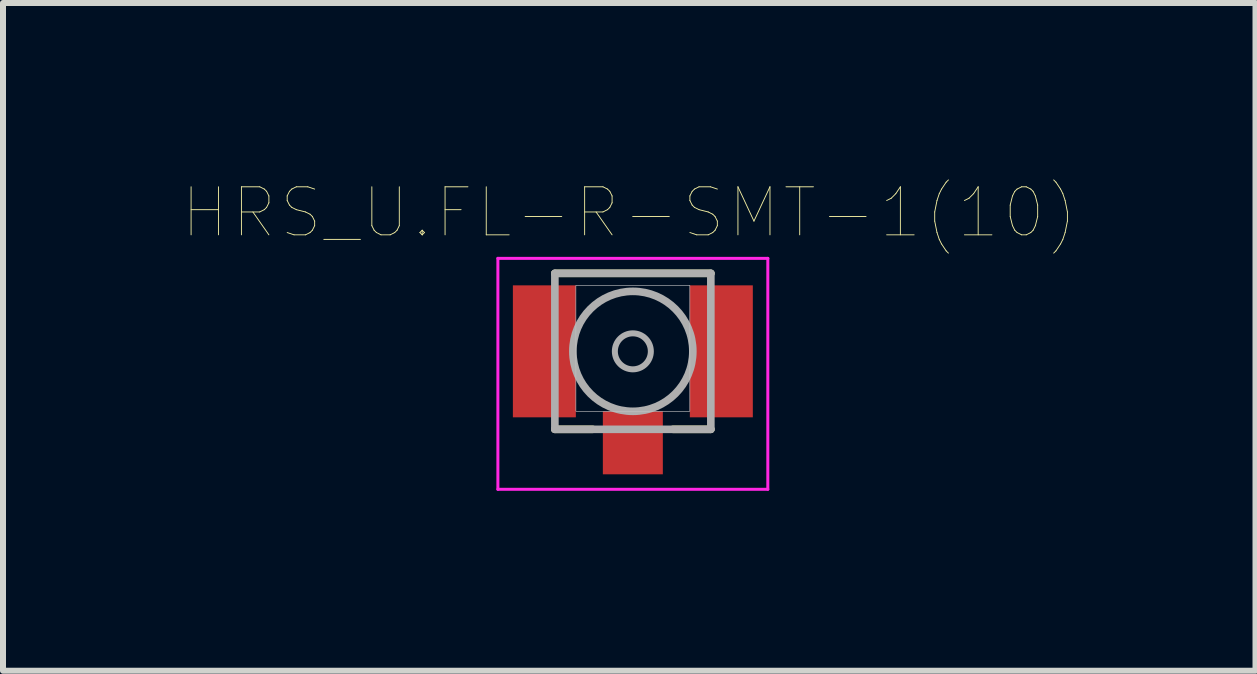
<source format=kicad_pcb>
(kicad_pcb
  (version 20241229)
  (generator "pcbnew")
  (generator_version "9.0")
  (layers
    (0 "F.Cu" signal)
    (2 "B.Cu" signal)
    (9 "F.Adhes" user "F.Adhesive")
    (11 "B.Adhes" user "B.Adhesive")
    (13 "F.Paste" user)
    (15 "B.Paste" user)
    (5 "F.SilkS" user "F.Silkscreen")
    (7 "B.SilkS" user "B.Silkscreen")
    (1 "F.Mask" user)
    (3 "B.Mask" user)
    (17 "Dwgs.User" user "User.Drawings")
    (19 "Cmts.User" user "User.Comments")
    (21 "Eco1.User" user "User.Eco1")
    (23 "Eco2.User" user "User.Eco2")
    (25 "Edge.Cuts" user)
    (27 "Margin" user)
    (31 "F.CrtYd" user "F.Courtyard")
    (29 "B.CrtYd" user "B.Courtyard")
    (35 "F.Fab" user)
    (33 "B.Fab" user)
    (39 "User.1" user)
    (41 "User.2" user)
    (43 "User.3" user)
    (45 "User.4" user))
  (footprint "HRS_U.FL-R-SMT-1(10)"
    (layer "F.Cu")
    (at 7.5 2.807)
    (property "Reference" "HRS_U.FL-R-SMT-1(10)" (at -0.06 -2.312 0) (layer "F.SilkS") (effects (font (size 0.801 0.801) (thickness 0.015))))
    (attr through_hole)
    (fp_line (start -1.3 -1.3) (end 1.3 -1.3) (stroke (width 0.127) (type solid)) (layer "F.SilkS"))
    (fp_line (start -1.3 1.3) (end -0.67 1.3) (stroke (width 0.127) (type solid)) (layer "F.SilkS"))
    (fp_line (start 1.3 1.3) (end 0.67 1.3) (stroke (width 0.127) (type solid)) (layer "F.SilkS"))
    (fp_poly (pts (xy -0.95 -1.1) (xy 0.95 -1.1) (xy 0.95 1) (xy -0.95 1)) (stroke (width 0.01) (type solid)) (fill no) (layer "Dwgs.User"))
    (fp_line (start -2.25 -1.55) (end 2.25 -1.55) (stroke (width 0.05) (type solid)) (layer "F.CrtYd"))
    (fp_line (start -2.25 2.3) (end -2.25 -1.55) (stroke (width 0.05) (type solid)) (layer "F.CrtYd"))
    (fp_line (start 2.25 -1.55) (end 2.25 2.3) (stroke (width 0.05) (type solid)) (layer "F.CrtYd"))
    (fp_line (start 2.25 2.3) (end -2.25 2.3) (stroke (width 0.05) (type solid)) (layer "F.CrtYd"))
    (fp_line (start -1.3 -1.3) (end 1.3 -1.3) (stroke (width 0.127) (type solid)) (layer "F.Fab"))
    (fp_line (start -1.3 1.3) (end -1.3 -1.3) (stroke (width 0.127) (type solid)) (layer "F.Fab"))
    (fp_line (start 1.3 -1.3) (end 1.3 1.3) (stroke (width 0.127) (type solid)) (layer "F.Fab"))
    (fp_line (start 1.3 1.3) (end -1.3 1.3) (stroke (width 0.127) (type solid)) (layer "F.Fab"))
    (fp_circle (center 0 0) (end 0.3 0) (stroke (width 0.1) (type solid)) (fill no) (layer "F.Fab"))
    (fp_circle (center 0 0) (end 1 0) (stroke (width 0.127) (type solid)) (fill no) (layer "F.Fab"))
    (pad "1" smd rect (at -1.475 0) (size 1.05 2.2) (layers "F.Cu" "F.Mask" "F.Paste"))
    (pad "2" smd rect (at 0 1.525) (size 1 1.05) (layers "F.Cu" "F.Mask" "F.Paste"))
    (pad "3" smd rect (at 1.475 0) (size 1.05 2.2) (layers "F.Cu" "F.Mask" "F.Paste")))
  (gr_rect
    (start -3 -3)
    (end 17.88 8.132)
    (stroke (width 0.1) (type default))
    (fill no)
    (layer "Edge.Cuts")))
</source>
